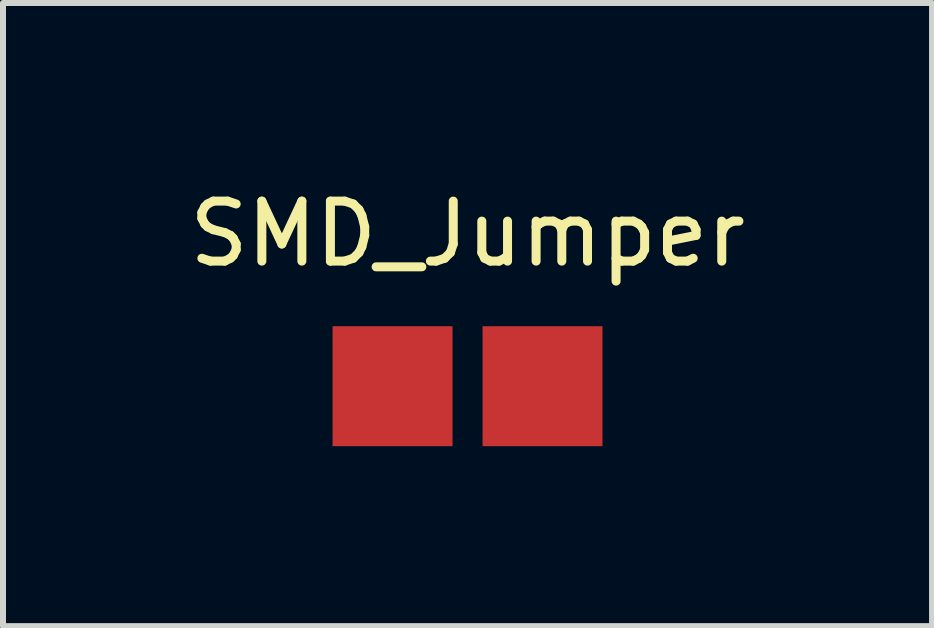
<source format=kicad_pcb>
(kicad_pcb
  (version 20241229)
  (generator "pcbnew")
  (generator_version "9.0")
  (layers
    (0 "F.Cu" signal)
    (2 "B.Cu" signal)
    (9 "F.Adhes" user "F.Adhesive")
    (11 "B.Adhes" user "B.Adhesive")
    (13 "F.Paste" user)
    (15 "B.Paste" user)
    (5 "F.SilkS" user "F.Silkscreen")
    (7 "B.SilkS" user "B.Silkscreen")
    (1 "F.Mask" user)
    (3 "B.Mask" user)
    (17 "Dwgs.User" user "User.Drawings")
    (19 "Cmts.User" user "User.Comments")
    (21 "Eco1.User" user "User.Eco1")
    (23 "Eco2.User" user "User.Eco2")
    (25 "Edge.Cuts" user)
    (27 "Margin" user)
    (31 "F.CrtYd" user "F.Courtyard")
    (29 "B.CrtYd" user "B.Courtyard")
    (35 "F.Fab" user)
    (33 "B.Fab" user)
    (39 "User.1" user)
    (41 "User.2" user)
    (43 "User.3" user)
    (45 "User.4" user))
  (footprint "SMD_Jumper"
    (layer "F.Cu")
    (at 4.744 3.388)
    (property "Reference" "SMD_Jumper" (at 0 -2.54 0) (layer "F.SilkS") (effects (font (size 1 1) (thickness 0.15))))
    (attr through_hole)
    (fp_line (start -1 0) (end 1 0) (stroke (width 2) (type solid)) (layer "F.Mask"))
    (pad "1" connect rect (at -1.25 0) (size 2 2) (layers "F.Cu" "F.Mask"))
    (pad "2" connect rect (at 1.25 0) (size 2 2) (layers "F.Cu" "F.Mask")))
  (gr_rect
    (start -3 -3)
    (end 12.488 7.388)
    (stroke (width 0.1) (type default))
    (fill no)
    (layer "Edge.Cuts")))
</source>
